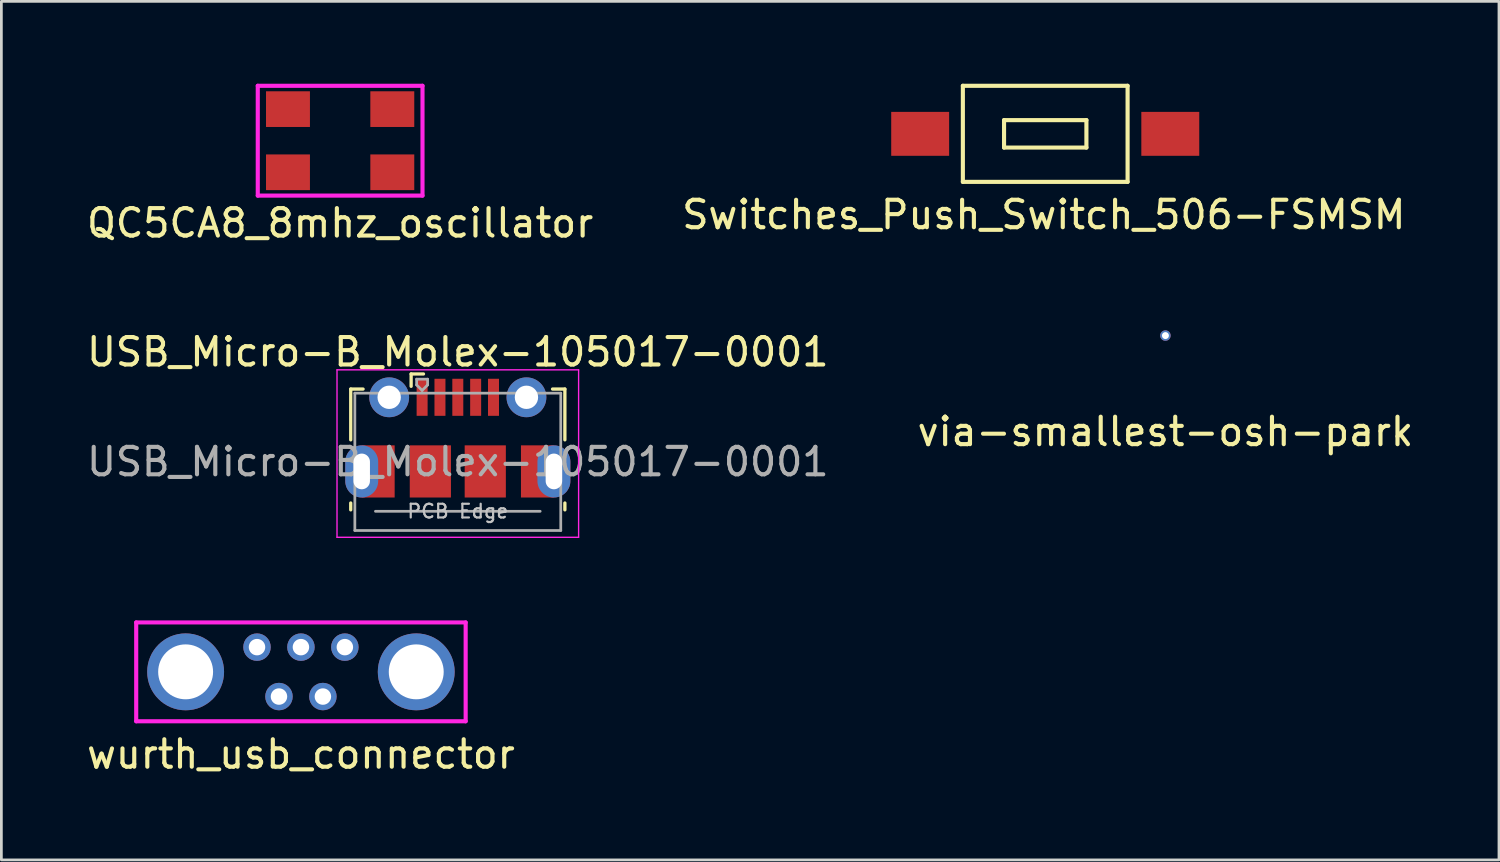
<source format=kicad_pcb>
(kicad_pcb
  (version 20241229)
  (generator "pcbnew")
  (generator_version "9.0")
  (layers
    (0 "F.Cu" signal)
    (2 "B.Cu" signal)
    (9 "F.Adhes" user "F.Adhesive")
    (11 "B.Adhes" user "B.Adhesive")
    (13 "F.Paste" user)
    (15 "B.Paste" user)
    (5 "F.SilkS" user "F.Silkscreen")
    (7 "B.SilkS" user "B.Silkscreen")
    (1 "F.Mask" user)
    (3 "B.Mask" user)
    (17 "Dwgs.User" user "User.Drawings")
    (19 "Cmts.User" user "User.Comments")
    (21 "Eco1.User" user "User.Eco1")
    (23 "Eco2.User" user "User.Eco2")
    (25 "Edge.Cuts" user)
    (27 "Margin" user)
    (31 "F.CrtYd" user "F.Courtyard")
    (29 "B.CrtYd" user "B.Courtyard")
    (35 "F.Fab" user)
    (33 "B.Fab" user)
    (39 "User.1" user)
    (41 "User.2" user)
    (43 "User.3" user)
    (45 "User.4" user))
  (footprint "QC5CA8_8mhz_oscillator"
    (layer "F.Cu")
    (at 9.339 2.075)
    (property "Reference" "QC5CA8_8mhz_oscillator" (at 0 3 0) (layer "F.SilkS") (effects (font (size 1 1) (thickness 0.15))))
    (attr through_hole)
    (fp_line (start -3 -2) (end -3 2) (stroke (width 0.15) (type solid)) (layer "F.CrtYd"))
    (fp_line (start -3 2) (end 3 2) (stroke (width 0.15) (type solid)) (layer "F.CrtYd"))
    (fp_line (start 3 -2) (end -3 -2) (stroke (width 0.15) (type solid)) (layer "F.CrtYd"))
    (fp_line (start 3 2) (end 3 -2) (stroke (width 0.15) (type solid)) (layer "F.CrtYd"))
    (pad "1" smd rect (at -1.9 1.15) (size 1.6 1.3) (layers "F.Cu" "F.Mask" "F.Paste"))
    (pad "2" smd rect (at 1.9 -1.15) (size 1.6 1.3) (layers "F.Cu" "F.Mask" "F.Paste"))
    (pad "3" smd rect (at 1.9 1.15) (size 1.6 1.3) (layers "F.Cu" "F.Mask" "F.Paste"))
    (pad "4" smd rect (at -1.9 -1.15) (size 1.6 1.3) (layers "F.Cu" "F.Mask" "F.Paste")))
  (footprint "wurth_usb_connector"
    (layer "F.Cu")
    (at 7.911 20.521)
    (property "Reference" "wurth_usb_connector" (at 0 3.9 0) (layer "F.SilkS") (effects (font (size 1 1) (thickness 0.15))))
    (attr through_hole)
    (fp_line (start -6 -0.9) (end -6 2.7) (stroke (width 0.15) (type solid)) (layer "F.CrtYd"))
    (fp_line (start -6 2.7) (end 6 2.7) (stroke (width 0.15) (type solid)) (layer "F.CrtYd"))
    (fp_line (start 6 -0.9) (end -6 -0.9) (stroke (width 0.15) (type solid)) (layer "F.CrtYd"))
    (fp_line (start 6 2.7) (end 6 -0.9) (stroke (width 0.15) (type solid)) (layer "F.CrtYd"))
    (pad "1" thru_hole circle (at 1.6 0) (size 1 1) (drill 0.6) (layers "*.Cu" "*.Mask"))
    (pad "2" thru_hole circle (at 0.8 1.8) (size 1 1) (drill 0.6) (layers "*.Cu" "*.Mask"))
    (pad "3" thru_hole circle (at 0 0) (size 1 1) (drill 0.6) (layers "*.Cu" "*.Mask"))
    (pad "4" thru_hole circle (at -0.8 1.8) (size 1 1) (drill 0.6) (layers "*.Cu" "*.Mask"))
    (pad "5" thru_hole circle (at -1.6 0) (size 1 1) (drill 0.6) (layers "*.Cu" "*.Mask"))
    (pad "6" thru_hole circle (at 4.2 0.9) (size 2.8 2.8) (drill 2) (layers "*.Cu" "*.Mask"))
    (pad "7" thru_hole circle (at -4.2 0.9) (size 2.8 2.8) (drill 2) (layers "*.Cu" "*.Mask")))
  (footprint "Switches_Push_Switch_506-FSMSM"
    (layer "F.Cu")
    (at 35.021 1.825)
    (property "Reference" "Switches_Push_Switch_506-FSMSM" (at -0.051 2.946 0) (layer "F.SilkS") (effects (font (size 1 1) (thickness 0.15))))
    (attr through_hole)
    (fp_line (start -3 -1.75) (end -3 1.75) (stroke (width 0.15) (type solid)) (layer "F.SilkS"))
    (fp_line (start -3 -1.75) (end 3 -1.75) (stroke (width 0.15) (type solid)) (layer "F.SilkS"))
    (fp_line (start -3 1.75) (end 3 1.75) (stroke (width 0.15) (type solid)) (layer "F.SilkS"))
    (fp_line (start -1.5 -0.5) (end -1.5 0.5) (stroke (width 0.15) (type solid)) (layer "F.SilkS"))
    (fp_line (start -1.5 -0.5) (end 1.5 -0.5) (stroke (width 0.15) (type solid)) (layer "F.SilkS"))
    (fp_line (start -1.5 0.5) (end 1.5 0.5) (stroke (width 0.15) (type solid)) (layer "F.SilkS"))
    (fp_line (start 1.5 0.5) (end 1.5 -0.5) (stroke (width 0.15) (type solid)) (layer "F.SilkS"))
    (fp_line (start 3 -1.75) (end 3 1.75) (stroke (width 0.15) (type solid)) (layer "F.SilkS"))
    (pad "1" smd rect (at -4.555 0) (size 2.11 1.6) (layers "F.Cu" "F.Mask" "F.Paste"))
    (pad "2" smd rect (at 4.555 0) (size 2.11 1.6) (layers "F.Cu" "F.Mask" "F.Paste")))
  (footprint "USB_Micro-B_Molex-105017-0001"
    (layer "F.Cu")
    (at 13.625 13.771)
    (property "Reference" "USB_Micro-B_Molex-105017-0001" (at 0 -4 0) (layer "F.SilkS") (effects (font (size 1 1) (thickness 0.15))))
    (attr smd)
    (fp_line (start -3.9 -2.65) (end -3.45 -2.65) (stroke (width 0.12) (type solid)) (layer "F.SilkS"))
    (fp_line (start -3.9 -0.8) (end -3.9 -2.65) (stroke (width 0.12) (type solid)) (layer "F.SilkS"))
    (fp_line (start -3.9 1.75) (end -3.9 1.5) (stroke (width 0.12) (type solid)) (layer "F.SilkS"))
    (fp_line (start -1.7 -3.2) (end -1.7 -2.75) (stroke (width 0.12) (type solid)) (layer "F.SilkS"))
    (fp_line (start -1.7 -3.2) (end -1.25 -3.2) (stroke (width 0.12) (type solid)) (layer "F.SilkS"))
    (fp_line (start 3.9 -2.65) (end 3.45 -2.65) (stroke (width 0.12) (type solid)) (layer "F.SilkS"))
    (fp_line (start 3.9 -0.8) (end 3.9 -2.65) (stroke (width 0.12) (type solid)) (layer "F.SilkS"))
    (fp_line (start 3.9 1.75) (end 3.9 1.5) (stroke (width 0.12) (type solid)) (layer "F.SilkS"))
    (fp_line (start -4.4 -3.35) (end 4.4 -3.35) (stroke (width 0.05) (type solid)) (layer "F.CrtYd"))
    (fp_line (start -4.4 2.75) (end -4.4 -3.35) (stroke (width 0.05) (type solid)) (layer "F.CrtYd"))
    (fp_line (start -4.4 2.75) (end 4.4 2.75) (stroke (width 0.05) (type solid)) (layer "F.CrtYd"))
    (fp_line (start 4.4 -3.35) (end 4.4 2.75) (stroke (width 0.05) (type solid)) (layer "F.CrtYd"))
    (fp_line (start -3.75 -2.5) (end 3.75 -2.5) (stroke (width 0.1) (type solid)) (layer "F.Fab"))
    (fp_line (start -3.75 2.5) (end -3.75 -2.5) (stroke (width 0.1) (type solid)) (layer "F.Fab"))
    (fp_line (start -3.75 2.502) (end 3.75 2.502) (stroke (width 0.1) (type solid)) (layer "F.Fab"))
    (fp_line (start -3 1.802) (end 3 1.802) (stroke (width 0.1) (type solid)) (layer "F.Fab"))
    (fp_line (start -1.5 -3.01) (end -1.5 -2.8) (stroke (width 0.1) (type solid)) (layer "F.Fab"))
    (fp_line (start -1.5 -3.01) (end -1.1 -3.01) (stroke (width 0.1) (type solid)) (layer "F.Fab"))
    (fp_line (start -1.3 -2.6) (end -1.5 -2.8) (stroke (width 0.1) (type solid)) (layer "F.Fab"))
    (fp_line (start -1.1 -3.01) (end -1.1 -2.8) (stroke (width 0.1) (type solid)) (layer "F.Fab"))
    (fp_line (start -1.1 -2.8) (end -1.3 -2.6) (stroke (width 0.1) (type solid)) (layer "F.Fab"))
    (fp_line (start 3.75 2.5) (end 3.75 -2.5) (stroke (width 0.1) (type solid)) (layer "F.Fab"))
    (fp_text user "PCB Edge" (at 0 1.8 0) (layer "Dwgs.User") (effects (font (size 0.5 0.5) (thickness 0.08))))
    (fp_text user "${REFERENCE}" (at 0 0 0) (layer "F.Fab") (effects (font (size 1 1) (thickness 0.15))))
    (pad "1" smd rect (at -1.3 -2.35) (size 0.4 1.35) (layers "F.Cu" "F.Mask" "F.Paste"))
    (pad "2" smd rect (at -0.65 -2.35) (size 0.4 1.35) (layers "F.Cu" "F.Mask" "F.Paste"))
    (pad "3" smd rect (at 0 -2.35) (size 0.4 1.35) (layers "F.Cu" "F.Mask" "F.Paste"))
    (pad "4" smd rect (at 0.65 -2.35) (size 0.4 1.35) (layers "F.Cu" "F.Mask" "F.Paste"))
    (pad "5" smd rect (at 1.3 -2.35) (size 0.4 1.35) (layers "F.Cu" "F.Mask" "F.Paste"))
    (pad "6" thru_hole oval (at -3.5 0.35 180) (size 1.2 1.9) (drill oval 0.6 1.3) (layers "*.Cu" "*.Mask"))
    (pad "6" smd rect (at -2.9 0.35) (size 1.2 1.9) (layers "F.Cu" "F.Mask"))
    (pad "6" thru_hole circle (at -2.5 -2.35) (size 1.45 1.45) (drill 0.85) (layers "*.Cu" "*.Mask"))
    (pad "6" smd rect (at -1 0.35) (size 1.5 1.9) (layers "F.Cu" "F.Mask" "F.Paste"))
    (pad "6" smd rect (at 1 0.35) (size 1.5 1.9) (layers "F.Cu" "F.Mask" "F.Paste"))
    (pad "6" thru_hole circle (at 2.5 -2.35) (size 1.45 1.45) (drill 0.85) (layers "*.Cu" "*.Mask"))
    (pad "6" smd rect (at 2.9 0.35) (size 1.2 1.9) (layers "F.Cu" "F.Mask"))
    (pad "6" thru_hole oval (at 3.5 0.35) (size 1.2 1.9) (drill oval 0.6 1.3) (layers "*.Cu" "*.Mask")))
  (footprint "via-smallest-osh-park"
    (layer "F.Cu")
    (at 39.399 9.173)
    (property "Reference" "via-smallest-osh-park" (at 0 3.5 0) (layer "F.SilkS") (effects (font (size 1 1) (thickness 0.15))))
    (attr through_hole)
    (pad "1" thru_hole circle (at 0 0) (size 0.381 0.381) (drill 0.254) (layers "*.Cu" "*.Mask")))
  (gr_rect
    (start -3 -3)
    (end 51.548 28.27)
    (stroke (width 0.1) (type default))
    (fill no)
    (layer "Edge.Cuts")))
</source>
